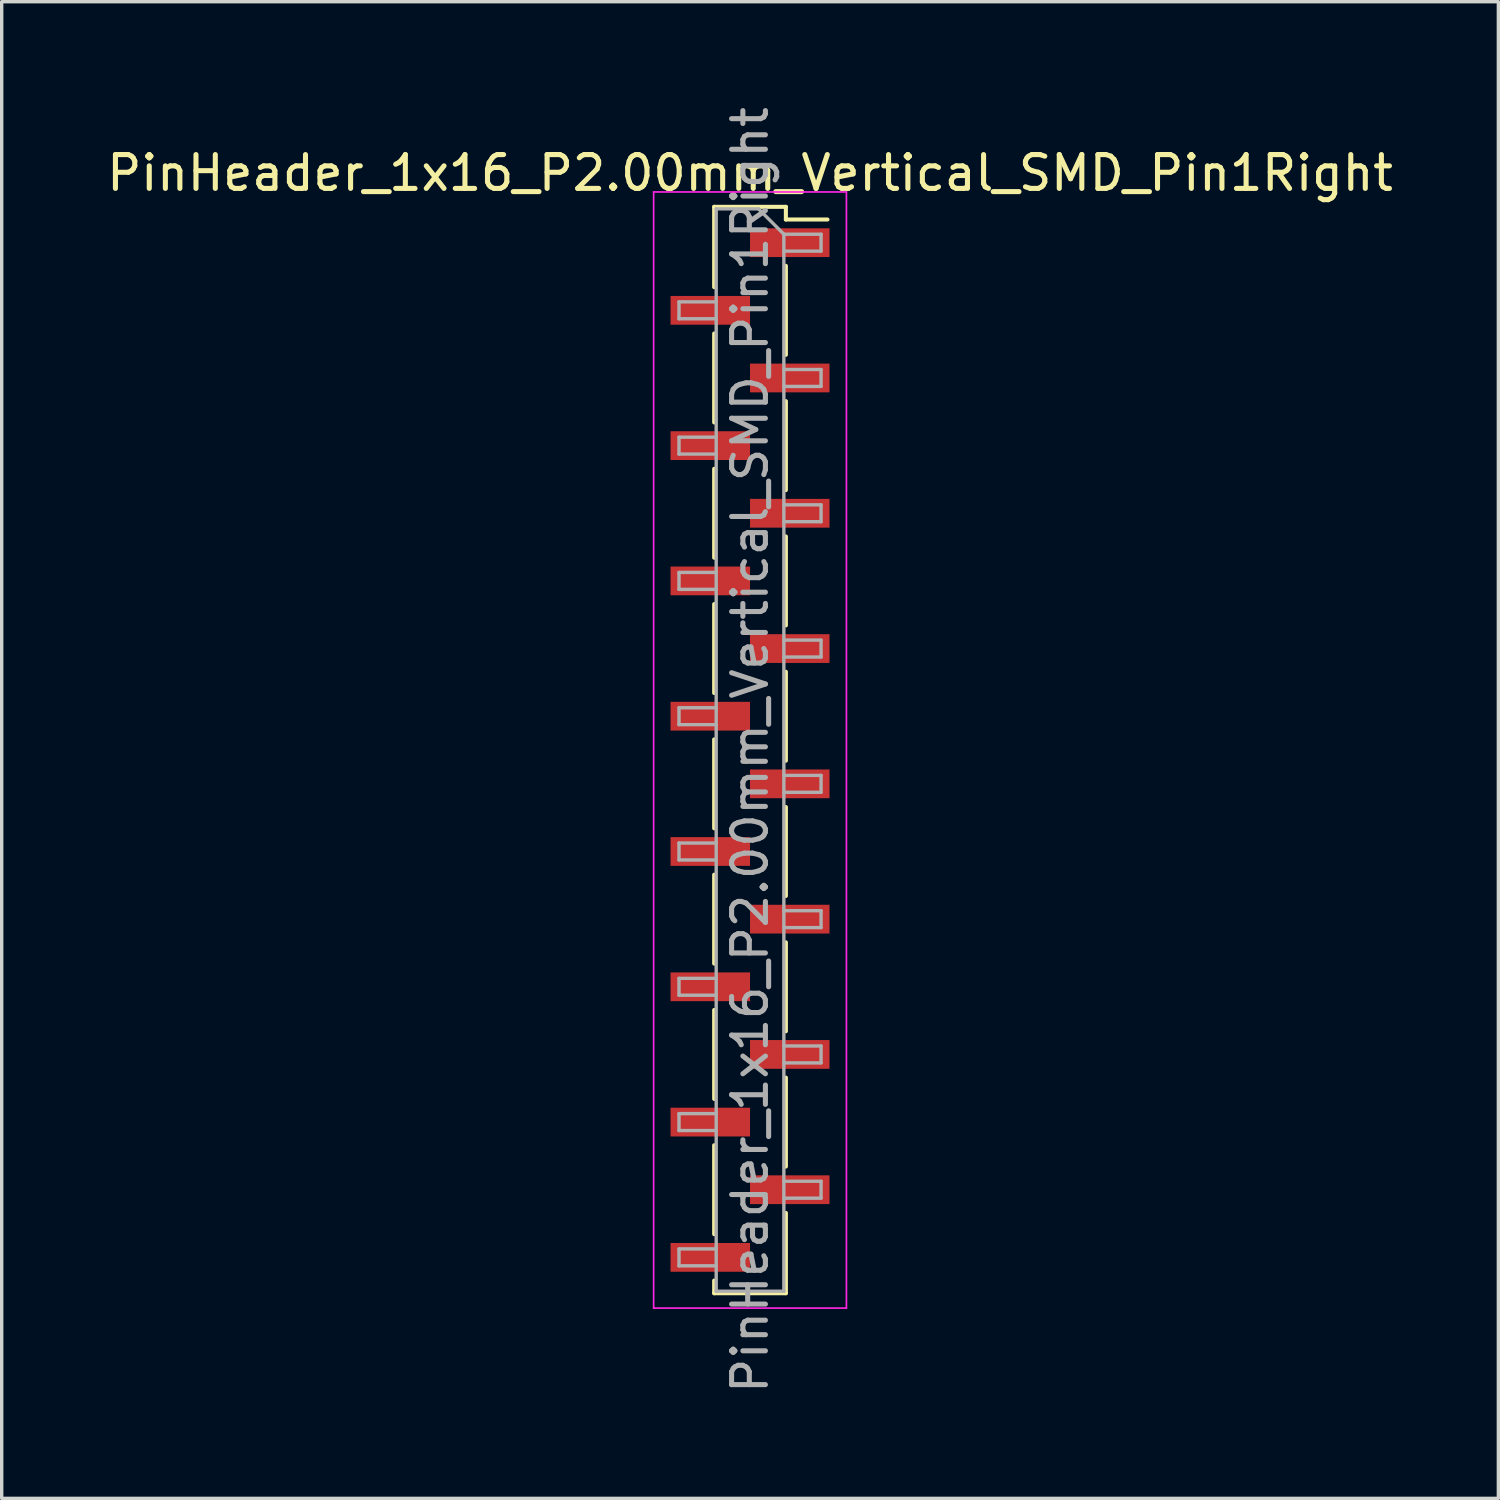
<source format=kicad_pcb>
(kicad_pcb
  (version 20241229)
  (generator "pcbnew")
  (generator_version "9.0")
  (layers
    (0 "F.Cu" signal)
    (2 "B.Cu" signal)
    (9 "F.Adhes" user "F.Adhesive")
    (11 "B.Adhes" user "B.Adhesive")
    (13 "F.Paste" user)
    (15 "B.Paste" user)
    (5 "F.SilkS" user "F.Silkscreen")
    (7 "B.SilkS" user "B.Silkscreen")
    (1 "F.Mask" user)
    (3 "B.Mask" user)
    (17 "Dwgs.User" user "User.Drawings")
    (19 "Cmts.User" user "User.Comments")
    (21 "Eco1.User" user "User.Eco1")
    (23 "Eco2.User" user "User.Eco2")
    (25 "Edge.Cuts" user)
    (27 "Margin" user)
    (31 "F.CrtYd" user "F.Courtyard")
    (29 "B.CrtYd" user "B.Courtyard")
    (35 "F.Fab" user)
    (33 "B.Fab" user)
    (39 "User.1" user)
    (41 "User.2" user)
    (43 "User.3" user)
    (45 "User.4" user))
  (footprint "PinHeader_1x16_P2.00mm_Vertical_SMD_Pin1Right"
    (layer "F.Cu")
    (at 19.125 19.125)
    (property "Reference" "PinHeader_1x16_P2.00mm_Vertical_SMD_Pin1Right" (at 0 -17.06 0) (layer "F.SilkS") (effects (font (size 1 1) (thickness 0.15))))
    (attr smd)
    (fp_line (start -1.06 -16.06) (end -1.06 -13.685) (stroke (width 0.12) (type solid)) (layer "F.SilkS"))
    (fp_line (start -1.06 -16.06) (end 1.06 -16.06) (stroke (width 0.12) (type solid)) (layer "F.SilkS"))
    (fp_line (start -1.06 -12.315) (end -1.06 -9.685) (stroke (width 0.12) (type solid)) (layer "F.SilkS"))
    (fp_line (start -1.06 -8.315) (end -1.06 -5.685) (stroke (width 0.12) (type solid)) (layer "F.SilkS"))
    (fp_line (start -1.06 -4.315) (end -1.06 -1.685) (stroke (width 0.12) (type solid)) (layer "F.SilkS"))
    (fp_line (start -1.06 -0.315) (end -1.06 2.315) (stroke (width 0.12) (type solid)) (layer "F.SilkS"))
    (fp_line (start -1.06 3.685) (end -1.06 6.315) (stroke (width 0.12) (type solid)) (layer "F.SilkS"))
    (fp_line (start -1.06 7.685) (end -1.06 10.315) (stroke (width 0.12) (type solid)) (layer "F.SilkS"))
    (fp_line (start -1.06 11.685) (end -1.06 14.315) (stroke (width 0.12) (type solid)) (layer "F.SilkS"))
    (fp_line (start -1.06 15.685) (end -1.06 16.06) (stroke (width 0.12) (type solid)) (layer "F.SilkS"))
    (fp_line (start -1.06 16.06) (end 1.06 16.06) (stroke (width 0.12) (type solid)) (layer "F.SilkS"))
    (fp_line (start 1.06 -16.06) (end 1.06 -15.685) (stroke (width 0.12) (type solid)) (layer "F.SilkS"))
    (fp_line (start 1.06 -15.685) (end 2.29 -15.685) (stroke (width 0.12) (type solid)) (layer "F.SilkS"))
    (fp_line (start 1.06 -14.315) (end 1.06 -11.685) (stroke (width 0.12) (type solid)) (layer "F.SilkS"))
    (fp_line (start 1.06 -10.315) (end 1.06 -7.685) (stroke (width 0.12) (type solid)) (layer "F.SilkS"))
    (fp_line (start 1.06 -6.315) (end 1.06 -3.685) (stroke (width 0.12) (type solid)) (layer "F.SilkS"))
    (fp_line (start 1.06 -2.315) (end 1.06 0.315) (stroke (width 0.12) (type solid)) (layer "F.SilkS"))
    (fp_line (start 1.06 1.685) (end 1.06 4.315) (stroke (width 0.12) (type solid)) (layer "F.SilkS"))
    (fp_line (start 1.06 5.685) (end 1.06 8.315) (stroke (width 0.12) (type solid)) (layer "F.SilkS"))
    (fp_line (start 1.06 9.685) (end 1.06 12.315) (stroke (width 0.12) (type solid)) (layer "F.SilkS"))
    (fp_line (start 1.06 13.685) (end 1.06 16.06) (stroke (width 0.12) (type solid)) (layer "F.SilkS"))
    (fp_line (start -2.85 -16.5) (end -2.85 16.5) (stroke (width 0.05) (type solid)) (layer "F.CrtYd"))
    (fp_line (start -2.85 16.5) (end 2.85 16.5) (stroke (width 0.05) (type solid)) (layer "F.CrtYd"))
    (fp_line (start 2.85 -16.5) (end -2.85 -16.5) (stroke (width 0.05) (type solid)) (layer "F.CrtYd"))
    (fp_line (start 2.85 16.5) (end 2.85 -16.5) (stroke (width 0.05) (type solid)) (layer "F.CrtYd"))
    (fp_line (start -2.1 -13.25) (end -2.1 -12.75) (stroke (width 0.1) (type solid)) (layer "F.Fab"))
    (fp_line (start -2.1 -12.75) (end -1 -12.75) (stroke (width 0.1) (type solid)) (layer "F.Fab"))
    (fp_line (start -2.1 -9.25) (end -2.1 -8.75) (stroke (width 0.1) (type solid)) (layer "F.Fab"))
    (fp_line (start -2.1 -8.75) (end -1 -8.75) (stroke (width 0.1) (type solid)) (layer "F.Fab"))
    (fp_line (start -2.1 -5.25) (end -2.1 -4.75) (stroke (width 0.1) (type solid)) (layer "F.Fab"))
    (fp_line (start -2.1 -4.75) (end -1 -4.75) (stroke (width 0.1) (type solid)) (layer "F.Fab"))
    (fp_line (start -2.1 -1.25) (end -2.1 -0.75) (stroke (width 0.1) (type solid)) (layer "F.Fab"))
    (fp_line (start -2.1 -0.75) (end -1 -0.75) (stroke (width 0.1) (type solid)) (layer "F.Fab"))
    (fp_line (start -2.1 2.75) (end -2.1 3.25) (stroke (width 0.1) (type solid)) (layer "F.Fab"))
    (fp_line (start -2.1 3.25) (end -1 3.25) (stroke (width 0.1) (type solid)) (layer "F.Fab"))
    (fp_line (start -2.1 6.75) (end -2.1 7.25) (stroke (width 0.1) (type solid)) (layer "F.Fab"))
    (fp_line (start -2.1 7.25) (end -1 7.25) (stroke (width 0.1) (type solid)) (layer "F.Fab"))
    (fp_line (start -2.1 10.75) (end -2.1 11.25) (stroke (width 0.1) (type solid)) (layer "F.Fab"))
    (fp_line (start -2.1 11.25) (end -1 11.25) (stroke (width 0.1) (type solid)) (layer "F.Fab"))
    (fp_line (start -2.1 14.75) (end -2.1 15.25) (stroke (width 0.1) (type solid)) (layer "F.Fab"))
    (fp_line (start -2.1 15.25) (end -1 15.25) (stroke (width 0.1) (type solid)) (layer "F.Fab"))
    (fp_line (start -1 -16) (end -1 16) (stroke (width 0.1) (type solid)) (layer "F.Fab"))
    (fp_line (start -1 -16) (end 0.25 -16) (stroke (width 0.1) (type solid)) (layer "F.Fab"))
    (fp_line (start -1 -13.25) (end -2.1 -13.25) (stroke (width 0.1) (type solid)) (layer "F.Fab"))
    (fp_line (start -1 -9.25) (end -2.1 -9.25) (stroke (width 0.1) (type solid)) (layer "F.Fab"))
    (fp_line (start -1 -5.25) (end -2.1 -5.25) (stroke (width 0.1) (type solid)) (layer "F.Fab"))
    (fp_line (start -1 -1.25) (end -2.1 -1.25) (stroke (width 0.1) (type solid)) (layer "F.Fab"))
    (fp_line (start -1 2.75) (end -2.1 2.75) (stroke (width 0.1) (type solid)) (layer "F.Fab"))
    (fp_line (start -1 6.75) (end -2.1 6.75) (stroke (width 0.1) (type solid)) (layer "F.Fab"))
    (fp_line (start -1 10.75) (end -2.1 10.75) (stroke (width 0.1) (type solid)) (layer "F.Fab"))
    (fp_line (start -1 14.75) (end -2.1 14.75) (stroke (width 0.1) (type solid)) (layer "F.Fab"))
    (fp_line (start 1 -15.25) (end 0.25 -16) (stroke (width 0.1) (type solid)) (layer "F.Fab"))
    (fp_line (start 1 -15.25) (end 2.1 -15.25) (stroke (width 0.1) (type solid)) (layer "F.Fab"))
    (fp_line (start 1 -11.25) (end 2.1 -11.25) (stroke (width 0.1) (type solid)) (layer "F.Fab"))
    (fp_line (start 1 -7.25) (end 2.1 -7.25) (stroke (width 0.1) (type solid)) (layer "F.Fab"))
    (fp_line (start 1 -3.25) (end 2.1 -3.25) (stroke (width 0.1) (type solid)) (layer "F.Fab"))
    (fp_line (start 1 0.75) (end 2.1 0.75) (stroke (width 0.1) (type solid)) (layer "F.Fab"))
    (fp_line (start 1 4.75) (end 2.1 4.75) (stroke (width 0.1) (type solid)) (layer "F.Fab"))
    (fp_line (start 1 8.75) (end 2.1 8.75) (stroke (width 0.1) (type solid)) (layer "F.Fab"))
    (fp_line (start 1 12.75) (end 2.1 12.75) (stroke (width 0.1) (type solid)) (layer "F.Fab"))
    (fp_line (start 1 16) (end -1 16) (stroke (width 0.1) (type solid)) (layer "F.Fab"))
    (fp_line (start 1 16) (end 1 -15.25) (stroke (width 0.1) (type solid)) (layer "F.Fab"))
    (fp_line (start 2.1 -15.25) (end 2.1 -14.75) (stroke (width 0.1) (type solid)) (layer "F.Fab"))
    (fp_line (start 2.1 -14.75) (end 1 -14.75) (stroke (width 0.1) (type solid)) (layer "F.Fab"))
    (fp_line (start 2.1 -11.25) (end 2.1 -10.75) (stroke (width 0.1) (type solid)) (layer "F.Fab"))
    (fp_line (start 2.1 -10.75) (end 1 -10.75) (stroke (width 0.1) (type solid)) (layer "F.Fab"))
    (fp_line (start 2.1 -7.25) (end 2.1 -6.75) (stroke (width 0.1) (type solid)) (layer "F.Fab"))
    (fp_line (start 2.1 -6.75) (end 1 -6.75) (stroke (width 0.1) (type solid)) (layer "F.Fab"))
    (fp_line (start 2.1 -3.25) (end 2.1 -2.75) (stroke (width 0.1) (type solid)) (layer "F.Fab"))
    (fp_line (start 2.1 -2.75) (end 1 -2.75) (stroke (width 0.1) (type solid)) (layer "F.Fab"))
    (fp_line (start 2.1 0.75) (end 2.1 1.25) (stroke (width 0.1) (type solid)) (layer "F.Fab"))
    (fp_line (start 2.1 1.25) (end 1 1.25) (stroke (width 0.1) (type solid)) (layer "F.Fab"))
    (fp_line (start 2.1 4.75) (end 2.1 5.25) (stroke (width 0.1) (type solid)) (layer "F.Fab"))
    (fp_line (start 2.1 5.25) (end 1 5.25) (stroke (width 0.1) (type solid)) (layer "F.Fab"))
    (fp_line (start 2.1 8.75) (end 2.1 9.25) (stroke (width 0.1) (type solid)) (layer "F.Fab"))
    (fp_line (start 2.1 9.25) (end 1 9.25) (stroke (width 0.1) (type solid)) (layer "F.Fab"))
    (fp_line (start 2.1 12.75) (end 2.1 13.25) (stroke (width 0.1) (type solid)) (layer "F.Fab"))
    (fp_line (start 2.1 13.25) (end 1 13.25) (stroke (width 0.1) (type solid)) (layer "F.Fab"))
    (fp_text user "${REFERENCE}" (at 0 0 90) (layer "F.Fab") (effects (font (size 1 1) (thickness 0.15))))
    (pad "1" smd rect (at 1.175 -15) (size 2.35 0.85) (layers "F.Cu" "F.Mask" "F.Paste"))
    (pad "2" smd rect (at -1.175 -13) (size 2.35 0.85) (layers "F.Cu" "F.Mask" "F.Paste"))
    (pad "3" smd rect (at 1.175 -11) (size 2.35 0.85) (layers "F.Cu" "F.Mask" "F.Paste"))
    (pad "4" smd rect (at -1.175 -9) (size 2.35 0.85) (layers "F.Cu" "F.Mask" "F.Paste"))
    (pad "5" smd rect (at 1.175 -7) (size 2.35 0.85) (layers "F.Cu" "F.Mask" "F.Paste"))
    (pad "6" smd rect (at -1.175 -5) (size 2.35 0.85) (layers "F.Cu" "F.Mask" "F.Paste"))
    (pad "7" smd rect (at 1.175 -3) (size 2.35 0.85) (layers "F.Cu" "F.Mask" "F.Paste"))
    (pad "8" smd rect (at -1.175 -1) (size 2.35 0.85) (layers "F.Cu" "F.Mask" "F.Paste"))
    (pad "9" smd rect (at 1.175 1) (size 2.35 0.85) (layers "F.Cu" "F.Mask" "F.Paste"))
    (pad "10" smd rect (at -1.175 3) (size 2.35 0.85) (layers "F.Cu" "F.Mask" "F.Paste"))
    (pad "11" smd rect (at 1.175 5) (size 2.35 0.85) (layers "F.Cu" "F.Mask" "F.Paste"))
    (pad "12" smd rect (at -1.175 7) (size 2.35 0.85) (layers "F.Cu" "F.Mask" "F.Paste"))
    (pad "13" smd rect (at 1.175 9) (size 2.35 0.85) (layers "F.Cu" "F.Mask" "F.Paste"))
    (pad "14" smd rect (at -1.175 11) (size 2.35 0.85) (layers "F.Cu" "F.Mask" "F.Paste"))
    (pad "15" smd rect (at 1.175 13) (size 2.35 0.85) (layers "F.Cu" "F.Mask" "F.Paste"))
    (pad "16" smd rect (at -1.175 15) (size 2.35 0.85) (layers "F.Cu" "F.Mask" "F.Paste")))
  (gr_rect
    (start -3 -3)
    (end 41.25 41.25)
    (stroke (width 0.1) (type default))
    (fill no)
    (layer "Edge.Cuts")))
</source>
